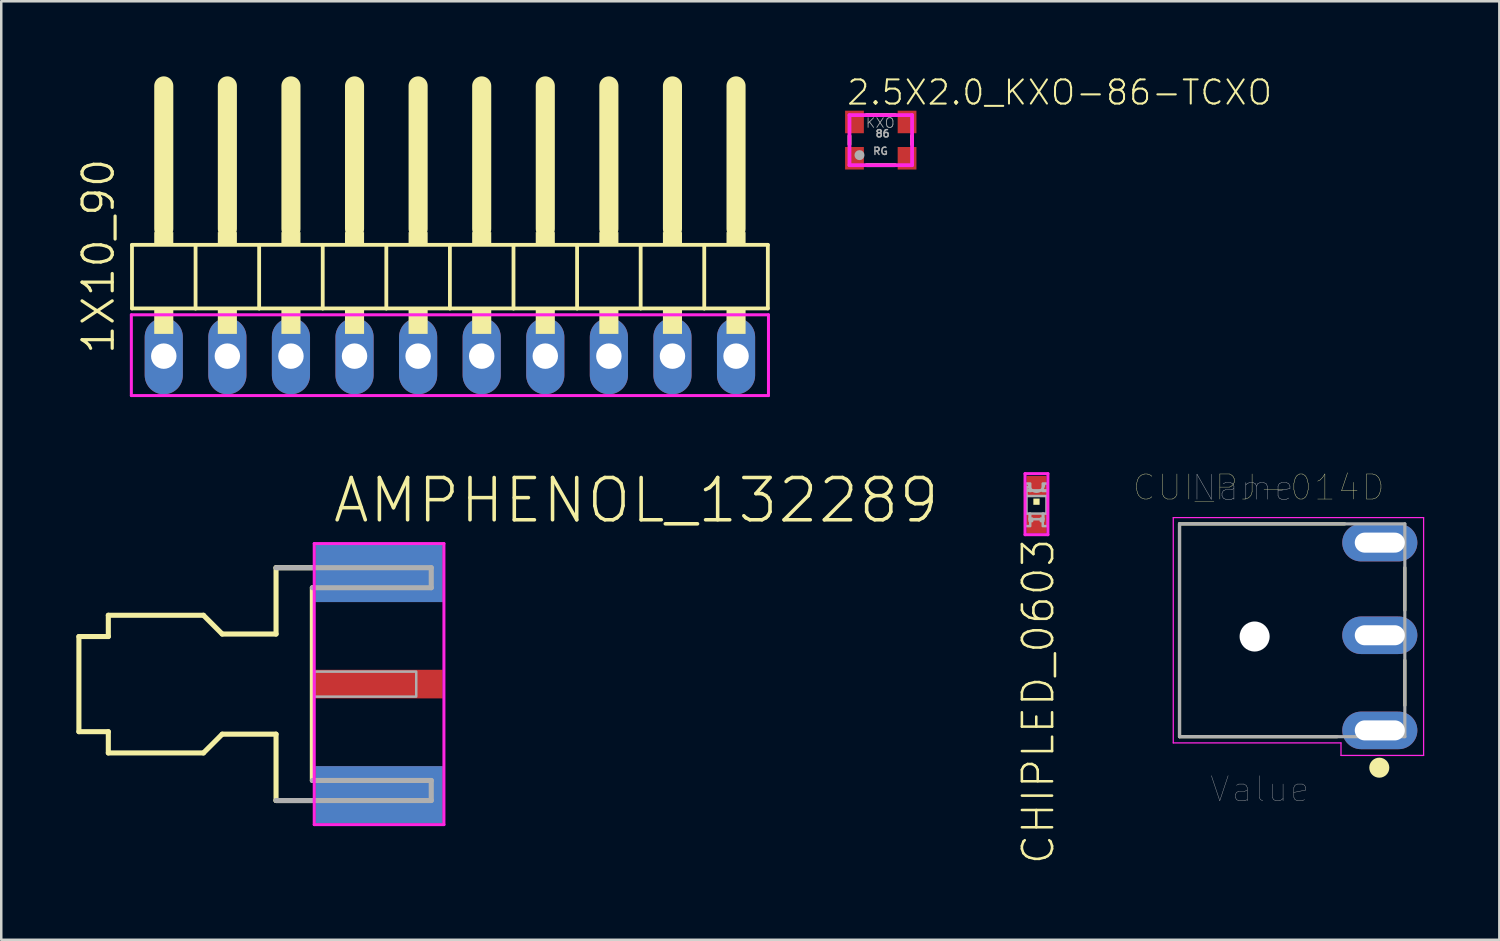
<source format=kicad_pcb>
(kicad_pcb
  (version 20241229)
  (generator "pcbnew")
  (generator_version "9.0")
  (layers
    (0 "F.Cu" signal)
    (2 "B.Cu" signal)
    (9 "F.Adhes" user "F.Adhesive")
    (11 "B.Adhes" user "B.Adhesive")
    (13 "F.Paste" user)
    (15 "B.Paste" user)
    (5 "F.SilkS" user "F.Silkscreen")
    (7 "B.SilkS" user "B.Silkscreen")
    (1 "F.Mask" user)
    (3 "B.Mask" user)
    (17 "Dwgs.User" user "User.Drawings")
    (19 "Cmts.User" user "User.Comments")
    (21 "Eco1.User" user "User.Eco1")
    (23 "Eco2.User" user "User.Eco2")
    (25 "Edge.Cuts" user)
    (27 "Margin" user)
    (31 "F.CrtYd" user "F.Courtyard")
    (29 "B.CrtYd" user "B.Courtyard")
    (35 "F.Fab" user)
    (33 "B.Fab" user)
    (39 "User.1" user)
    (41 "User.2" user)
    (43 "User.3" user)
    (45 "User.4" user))
  (footprint "CHIPLED_0603"
    (layer "F.Cu")
    (at 38.353 17.115)
    (property "Reference" "CHIPLED_0603" (at -0.635 1.27 90) (layer "F.SilkS") (effects (font (size 1.206 1.206) (thickness 0.102)) (justify right top)))
    (attr through_hole)
    (fp_poly (pts (xy -0.125 0) (xy 0.125 0) (xy 0.125 -0.25) (xy -0.125 -0.25)) (stroke (width 0) (type solid)) (fill yes) (layer "F.SilkS"))
    (fp_line (start -0.457 -1.245) (end 0.457 -1.245) (stroke (width 0.12) (type solid)) (layer "F.CrtYd"))
    (fp_line (start -0.457 1.194) (end -0.457 -1.245) (stroke (width 0.12) (type solid)) (layer "F.CrtYd"))
    (fp_line (start 0.457 -1.245) (end 0.457 1.194) (stroke (width 0.12) (type solid)) (layer "F.CrtYd"))
    (fp_line (start 0.457 1.194) (end -0.457 1.194) (stroke (width 0.12) (type solid)) (layer "F.CrtYd"))
    (fp_line (start -0.4 -0.375) (end -0.4 0.35) (stroke (width 0.102) (type solid)) (layer "F.Fab"))
    (fp_line (start 0.4 -0.35) (end 0.4 0.35) (stroke (width 0.102) (type solid)) (layer "F.Fab"))
    (fp_arc (start -0.275 0.825) (mid 0 0.55) (end 0.275 0.825) (stroke (width 0.0508) (type solid)) (layer "F.Fab"))
    (fp_arc (start 0.3 -0.799998) (mid -0.000001 -0.524966) (end -0.3 -0.8) (stroke (width 0.1016) (type solid)) (layer "F.Fab"))
    (fp_circle (center -0.35 -0.625) (end -0.275 -0.625) (stroke (width 0.051) (type solid)) (fill no) (layer "F.Fab"))
    (fp_poly (pts (xy -0.45 -0.7) (xy -0.25 -0.7) (xy -0.25 -0.85) (xy -0.45 -0.85)) (stroke (width 0.1) (type solid)) (fill no) (layer "F.Fab"))
    (fp_poly (pts (xy -0.45 -0.35) (xy -0.4 -0.35) (xy -0.4 -0.725) (xy -0.45 -0.725)) (stroke (width 0.1) (type solid)) (fill no) (layer "F.Fab"))
    (fp_poly (pts (xy -0.45 -0.35) (xy 0.45 -0.35) (xy 0.45 -0.575) (xy -0.45 -0.575)) (stroke (width 0.1) (type solid)) (fill no) (layer "F.Fab"))
    (fp_poly (pts (xy -0.45 0.85) (xy -0.25 0.85) (xy -0.25 0.35) (xy -0.45 0.35)) (stroke (width 0.1) (type solid)) (fill no) (layer "F.Fab"))
    (fp_poly (pts (xy -0.275 -0.55) (xy -0.225 -0.55) (xy -0.225 -0.6) (xy -0.275 -0.6)) (stroke (width 0.1) (type solid)) (fill no) (layer "F.Fab"))
    (fp_poly (pts (xy -0.275 0.575) (xy 0.275 0.575) (xy 0.275 0.35) (xy -0.275 0.35)) (stroke (width 0.1) (type solid)) (fill no) (layer "F.Fab"))
    (fp_poly (pts (xy -0.275 0.65) (xy -0.175 0.65) (xy -0.175 0.55) (xy -0.275 0.55)) (stroke (width 0.1) (type solid)) (fill no) (layer "F.Fab"))
    (fp_poly (pts (xy 0.175 0.65) (xy 0.275 0.65) (xy 0.275 0.55) (xy 0.175 0.55)) (stroke (width 0.1) (type solid)) (fill no) (layer "F.Fab"))
    (fp_poly (pts (xy 0.25 -0.55) (xy 0.45 -0.55) (xy 0.45 -0.85) (xy 0.25 -0.85)) (stroke (width 0.1) (type solid)) (fill no) (layer "F.Fab"))
    (fp_poly (pts (xy 0.25 0.85) (xy 0.45 0.85) (xy 0.45 0.35) (xy 0.25 0.35)) (stroke (width 0.1) (type solid)) (fill no) (layer "F.Fab"))
    (pad "A" smd rect (at 0 0.75) (size 0.8 0.8) (layers "F.Cu" "F.Mask" "F.Paste"))
    (pad "C" smd rect (at 0 -0.75) (size 0.8 0.8) (layers "F.Cu" "F.Mask" "F.Paste")))
  (footprint "CUI_PJ-014D"
    (layer "F.Cu")
    (at 52.067 26.126)
    (property "Reference" "CUI_PJ-014D" (at -4.839 -9.704 0) (layer "F.SilkS") (effects (font (size 1.001 1.001) (thickness 0.015))))
    (attr through_hole)
    (fp_line (start -8 -8.25) (end -8 0.25) (stroke (width 0.127) (type solid)) (layer "F.SilkS"))
    (fp_line (start -8 0.25) (end -1.7 0.25) (stroke (width 0.127) (type solid)) (layer "F.SilkS"))
    (fp_line (start -1.4 -8.25) (end -8 -8.25) (stroke (width 0.127) (type solid)) (layer "F.SilkS"))
    (fp_line (start 1 -6.5) (end 1 -4.8) (stroke (width 0.127) (type solid)) (layer "F.SilkS"))
    (fp_line (start 1 -2.8) (end 1 -1) (stroke (width 0.127) (type solid)) (layer "F.SilkS"))
    (fp_circle (center -0.02 1.49) (end 0.18 1.49) (stroke (width 0.4) (type solid)) (fill no) (layer "F.SilkS"))
    (fp_line (start -8.25 -8.5) (end -8.25 0.5) (stroke (width 0.05) (type solid)) (layer "F.CrtYd"))
    (fp_line (start -8.25 0.5) (end -1.55 0.5) (stroke (width 0.05) (type solid)) (layer "F.CrtYd"))
    (fp_line (start -1.55 0.5) (end -1.55 1) (stroke (width 0.05) (type solid)) (layer "F.CrtYd"))
    (fp_line (start -1.55 1) (end 1.75 1) (stroke (width 0.05) (type solid)) (layer "F.CrtYd"))
    (fp_line (start 1.75 -8.5) (end -8.25 -8.5) (stroke (width 0.05) (type solid)) (layer "F.CrtYd"))
    (fp_line (start 1.75 1) (end 1.75 -8.5) (stroke (width 0.05) (type solid)) (layer "F.CrtYd"))
    (fp_line (start -8 -8.25) (end -8 0.25) (stroke (width 0.127) (type solid)) (layer "F.Fab"))
    (fp_line (start -8 0.25) (end 1 0.25) (stroke (width 0.127) (type solid)) (layer "F.Fab"))
    (fp_line (start 1 -8.25) (end -8 -8.25) (stroke (width 0.127) (type solid)) (layer "F.Fab"))
    (fp_line (start 1 0.25) (end 1 -8.25) (stroke (width 0.127) (type solid)) (layer "F.Fab"))
    (fp_text user "Name" (at -5.47 -9.695 0) (layer "Dwgs.User") (effects (font (size 1 1) (thickness 0.015))))
    (fp_text user "Value" (at -4.794 2.349 0) (layer "F.Fab") (effects (font (size 1.002 1.002) (thickness 0.015))))
    (pad "" np_thru_hole circle (at -5 -3.75) (size 1.2 1.2) (drill 1.2) (layers "*.Cu" "*.Mask"))
    (pad "1" thru_hole oval (at 0 0) (size 3 1.5) (drill oval 2 0.8) (layers "*.Cu" "*.Mask"))
    (pad "2" thru_hole oval (at 0 -7.5) (size 3 1.5) (drill oval 2 0.8) (layers "*.Cu" "*.Mask"))
    (pad "3" thru_hole oval (at 0 -3.8) (size 3 1.5) (drill oval 2 0.8) (layers "*.Cu" "*.Mask")))
  (footprint "2.5X2.0_KXO-86-TCXO"
    (layer "F.Cu")
    (at 32.133 2.547)
    (property "Reference" "2.5X2.0_KXO-86-TCXO" (at -1.411 -1.338 0) (layer "F.SilkS") (effects (font (size 0.965 0.965) (thickness 0.081)) (justify left bottom)))
    (attr smd)
    (fp_line (start -1.25 0.17) (end -1.25 -0.17) (stroke (width 0.152) (type solid)) (layer "F.SilkS"))
    (fp_line (start -0.57 -1) (end 0.57 -1) (stroke (width 0.152) (type solid)) (layer "F.SilkS"))
    (fp_line (start -0.57 1) (end 0.57 1) (stroke (width 0.152) (type solid)) (layer "F.SilkS"))
    (fp_line (start 1.25 0.17) (end 1.25 -0.17) (stroke (width 0.152) (type solid)) (layer "F.SilkS"))
    (fp_line (start -1.25 -1) (end -1.25 1) (stroke (width 0.152) (type solid)) (layer "F.CrtYd"))
    (fp_line (start -1.25 1) (end 1.25 1) (stroke (width 0.152) (type solid)) (layer "F.CrtYd"))
    (fp_line (start 1.25 -1) (end -1.25 -1) (stroke (width 0.152) (type solid)) (layer "F.CrtYd"))
    (fp_line (start 1.25 1) (end 1.25 -1) (stroke (width 0.152) (type solid)) (layer "F.CrtYd"))
    (fp_circle (center -0.85 0.6) (end -0.75 0.6) (stroke (width 0.2) (type solid)) (fill no) (layer "F.Fab"))
    (fp_text user "KXO" (at -0.62 -0.46 0) (layer "F.Fab") (effects (font (size 0.386 0.386) (thickness 0.033)) (justify left bottom)))
    (fp_text user "RG" (at -0.34 0.61 0) (layer "F.Fab") (effects (font (size 0.29 0.29) (thickness 0.058)) (justify left bottom)))
    (fp_text user "86" (at -0.24 -0.09 0) (layer "F.Fab") (effects (font (size 0.29 0.29) (thickness 0.058)) (justify left bottom)))
    (pad "1" smd rect (at -1.05 0.725) (size 0.75 0.9) (layers "F.Cu" "F.Mask" "F.Paste"))
    (pad "2" smd rect (at 1.05 0.725) (size 0.75 0.9) (layers "F.Cu" "F.Mask" "F.Paste"))
    (pad "3" smd rect (at 1.05 -0.725) (size 0.75 0.9) (layers "F.Cu" "F.Mask" "F.Paste"))
    (pad "4" smd rect (at -1.05 -0.725) (size 0.75 0.9) (layers "F.Cu" "F.Mask" "F.Paste")))
  (footprint "1X10_90"
    (layer "F.Cu")
    (at 14.922 7.366)
    (property "Reference" "1X10_90" (at -13.335 3.81 90) (layer "F.SilkS") (effects (font (size 1.206 1.206) (thickness 0.127)) (justify left bottom)))
    (attr through_hole)
    (fp_line (start -12.7 -0.635) (end -12.7 1.905) (stroke (width 0.152) (type solid)) (layer "F.SilkS"))
    (fp_line (start -12.7 1.905) (end -10.16 1.905) (stroke (width 0.152) (type solid)) (layer "F.SilkS"))
    (fp_line (start -11.43 -6.985) (end -11.43 -1.27) (stroke (width 0.762) (type solid)) (layer "F.SilkS"))
    (fp_line (start -10.16 -0.635) (end -12.7 -0.635) (stroke (width 0.152) (type solid)) (layer "F.SilkS"))
    (fp_line (start -10.16 1.905) (end -10.16 -0.635) (stroke (width 0.152) (type solid)) (layer "F.SilkS"))
    (fp_line (start -10.16 1.905) (end -7.62 1.905) (stroke (width 0.152) (type solid)) (layer "F.SilkS"))
    (fp_line (start -8.89 -6.985) (end -8.89 -1.27) (stroke (width 0.762) (type solid)) (layer "F.SilkS"))
    (fp_line (start -7.62 -0.635) (end -10.16 -0.635) (stroke (width 0.152) (type solid)) (layer "F.SilkS"))
    (fp_line (start -7.62 1.905) (end -7.62 -0.635) (stroke (width 0.152) (type solid)) (layer "F.SilkS"))
    (fp_line (start -7.62 1.905) (end -5.08 1.905) (stroke (width 0.152) (type solid)) (layer "F.SilkS"))
    (fp_line (start -6.35 -6.985) (end -6.35 -1.27) (stroke (width 0.762) (type solid)) (layer "F.SilkS"))
    (fp_line (start -5.08 -0.635) (end -7.62 -0.635) (stroke (width 0.152) (type solid)) (layer "F.SilkS"))
    (fp_line (start -5.08 1.905) (end -5.08 -0.635) (stroke (width 0.152) (type solid)) (layer "F.SilkS"))
    (fp_line (start -5.08 1.905) (end -2.54 1.905) (stroke (width 0.152) (type solid)) (layer "F.SilkS"))
    (fp_line (start -3.81 -6.985) (end -3.81 -1.27) (stroke (width 0.762) (type solid)) (layer "F.SilkS"))
    (fp_line (start -2.54 -0.635) (end -5.08 -0.635) (stroke (width 0.152) (type solid)) (layer "F.SilkS"))
    (fp_line (start -2.54 1.905) (end -2.54 -0.635) (stroke (width 0.152) (type solid)) (layer "F.SilkS"))
    (fp_line (start -2.54 1.905) (end 0 1.905) (stroke (width 0.152) (type solid)) (layer "F.SilkS"))
    (fp_line (start -1.27 -6.985) (end -1.27 -1.27) (stroke (width 0.762) (type solid)) (layer "F.SilkS"))
    (fp_line (start 0 -0.635) (end -2.54 -0.635) (stroke (width 0.152) (type solid)) (layer "F.SilkS"))
    (fp_line (start 0 1.905) (end 0 -0.635) (stroke (width 0.152) (type solid)) (layer "F.SilkS"))
    (fp_line (start 0 1.905) (end 2.54 1.905) (stroke (width 0.152) (type solid)) (layer "F.SilkS"))
    (fp_line (start 1.27 -6.985) (end 1.27 -1.27) (stroke (width 0.762) (type solid)) (layer "F.SilkS"))
    (fp_line (start 2.54 -0.635) (end 0 -0.635) (stroke (width 0.152) (type solid)) (layer "F.SilkS"))
    (fp_line (start 2.54 1.905) (end 2.54 -0.635) (stroke (width 0.152) (type solid)) (layer "F.SilkS"))
    (fp_line (start 2.54 1.905) (end 5.08 1.905) (stroke (width 0.152) (type solid)) (layer "F.SilkS"))
    (fp_line (start 3.81 -6.985) (end 3.81 -1.27) (stroke (width 0.762) (type solid)) (layer "F.SilkS"))
    (fp_line (start 5.08 -0.635) (end 2.54 -0.635) (stroke (width 0.152) (type solid)) (layer "F.SilkS"))
    (fp_line (start 5.08 1.905) (end 5.08 -0.635) (stroke (width 0.152) (type solid)) (layer "F.SilkS"))
    (fp_line (start 5.08 1.905) (end 7.62 1.905) (stroke (width 0.152) (type solid)) (layer "F.SilkS"))
    (fp_line (start 6.35 -6.985) (end 6.35 -1.27) (stroke (width 0.762) (type solid)) (layer "F.SilkS"))
    (fp_line (start 7.62 -0.635) (end 5.08 -0.635) (stroke (width 0.152) (type solid)) (layer "F.SilkS"))
    (fp_line (start 7.62 1.905) (end 7.62 -0.635) (stroke (width 0.152) (type solid)) (layer "F.SilkS"))
    (fp_line (start 7.62 1.905) (end 10.16 1.905) (stroke (width 0.152) (type solid)) (layer "F.SilkS"))
    (fp_line (start 8.89 -6.985) (end 8.89 -1.27) (stroke (width 0.762) (type solid)) (layer "F.SilkS"))
    (fp_line (start 10.16 -0.635) (end 7.62 -0.635) (stroke (width 0.152) (type solid)) (layer "F.SilkS"))
    (fp_line (start 10.16 1.905) (end 10.16 -0.635) (stroke (width 0.152) (type solid)) (layer "F.SilkS"))
    (fp_line (start 10.16 1.905) (end 12.7 1.905) (stroke (width 0.152) (type solid)) (layer "F.SilkS"))
    (fp_line (start 11.43 -6.985) (end 11.43 -1.27) (stroke (width 0.762) (type solid)) (layer "F.SilkS"))
    (fp_line (start 12.7 -0.635) (end 10.16 -0.635) (stroke (width 0.152) (type solid)) (layer "F.SilkS"))
    (fp_line (start 12.7 1.905) (end 12.7 -0.635) (stroke (width 0.152) (type solid)) (layer "F.SilkS"))
    (fp_poly (pts (xy -11.811 -0.635) (xy -11.049 -0.635) (xy -11.049 -1.143) (xy -11.811 -1.143)) (stroke (width 0) (type solid)) (fill yes) (layer "F.SilkS"))
    (fp_poly (pts (xy -11.811 2.921) (xy -11.049 2.921) (xy -11.049 1.905) (xy -11.811 1.905)) (stroke (width 0) (type solid)) (fill yes) (layer "F.SilkS"))
    (fp_poly (pts (xy -9.271 -0.635) (xy -8.509 -0.635) (xy -8.509 -1.143) (xy -9.271 -1.143)) (stroke (width 0) (type solid)) (fill yes) (layer "F.SilkS"))
    (fp_poly (pts (xy -9.271 2.921) (xy -8.509 2.921) (xy -8.509 1.905) (xy -9.271 1.905)) (stroke (width 0) (type solid)) (fill yes) (layer "F.SilkS"))
    (fp_poly (pts (xy -6.731 -0.635) (xy -5.969 -0.635) (xy -5.969 -1.143) (xy -6.731 -1.143)) (stroke (width 0) (type solid)) (fill yes) (layer "F.SilkS"))
    (fp_poly (pts (xy -6.731 2.921) (xy -5.969 2.921) (xy -5.969 1.905) (xy -6.731 1.905)) (stroke (width 0) (type solid)) (fill yes) (layer "F.SilkS"))
    (fp_poly (pts (xy -4.191 -0.635) (xy -3.429 -0.635) (xy -3.429 -1.143) (xy -4.191 -1.143)) (stroke (width 0) (type solid)) (fill yes) (layer "F.SilkS"))
    (fp_poly (pts (xy -4.191 2.921) (xy -3.429 2.921) (xy -3.429 1.905) (xy -4.191 1.905)) (stroke (width 0) (type solid)) (fill yes) (layer "F.SilkS"))
    (fp_poly (pts (xy -1.651 -0.635) (xy -0.889 -0.635) (xy -0.889 -1.143) (xy -1.651 -1.143)) (stroke (width 0) (type solid)) (fill yes) (layer "F.SilkS"))
    (fp_poly (pts (xy -1.651 2.921) (xy -0.889 2.921) (xy -0.889 1.905) (xy -1.651 1.905)) (stroke (width 0) (type solid)) (fill yes) (layer "F.SilkS"))
    (fp_poly (pts (xy 0.889 -0.635) (xy 1.651 -0.635) (xy 1.651 -1.143) (xy 0.889 -1.143)) (stroke (width 0) (type solid)) (fill yes) (layer "F.SilkS"))
    (fp_poly (pts (xy 0.889 2.921) (xy 1.651 2.921) (xy 1.651 1.905) (xy 0.889 1.905)) (stroke (width 0) (type solid)) (fill yes) (layer "F.SilkS"))
    (fp_poly (pts (xy 3.429 -0.635) (xy 4.191 -0.635) (xy 4.191 -1.143) (xy 3.429 -1.143)) (stroke (width 0) (type solid)) (fill yes) (layer "F.SilkS"))
    (fp_poly (pts (xy 3.429 2.921) (xy 4.191 2.921) (xy 4.191 1.905) (xy 3.429 1.905)) (stroke (width 0) (type solid)) (fill yes) (layer "F.SilkS"))
    (fp_poly (pts (xy 5.969 -0.635) (xy 6.731 -0.635) (xy 6.731 -1.143) (xy 5.969 -1.143)) (stroke (width 0) (type solid)) (fill yes) (layer "F.SilkS"))
    (fp_poly (pts (xy 5.969 2.921) (xy 6.731 2.921) (xy 6.731 1.905) (xy 5.969 1.905)) (stroke (width 0) (type solid)) (fill yes) (layer "F.SilkS"))
    (fp_poly (pts (xy 8.509 -0.635) (xy 9.271 -0.635) (xy 9.271 -1.143) (xy 8.509 -1.143)) (stroke (width 0) (type solid)) (fill yes) (layer "F.SilkS"))
    (fp_poly (pts (xy 8.509 2.921) (xy 9.271 2.921) (xy 9.271 1.905) (xy 8.509 1.905)) (stroke (width 0) (type solid)) (fill yes) (layer "F.SilkS"))
    (fp_poly (pts (xy 11.049 -0.635) (xy 11.811 -0.635) (xy 11.811 -1.143) (xy 11.049 -1.143)) (stroke (width 0) (type solid)) (fill yes) (layer "F.SilkS"))
    (fp_poly (pts (xy 11.049 2.921) (xy 11.811 2.921) (xy 11.811 1.905) (xy 11.049 1.905)) (stroke (width 0) (type solid)) (fill yes) (layer "F.SilkS"))
    (fp_line (start -12.725 2.159) (end 12.725 2.159) (stroke (width 0.12) (type solid)) (layer "F.CrtYd"))
    (fp_line (start -12.725 5.385) (end -12.725 2.159) (stroke (width 0.12) (type solid)) (layer "F.CrtYd"))
    (fp_line (start 12.725 2.159) (end 12.725 5.385) (stroke (width 0.12) (type solid)) (layer "F.CrtYd"))
    (fp_line (start 12.725 5.385) (end -12.725 5.385) (stroke (width 0.12) (type solid)) (layer "F.CrtYd"))
    (pad "1" thru_hole oval (at -11.43 3.81 90) (size 3.048 1.524) (drill 1.016) (layers "*.Cu" "*.Mask"))
    (pad "2" thru_hole oval (at -8.89 3.81 90) (size 3.048 1.524) (drill 1.016) (layers "*.Cu" "*.Mask"))
    (pad "3" thru_hole oval (at -6.35 3.81 90) (size 3.048 1.524) (drill 1.016) (layers "*.Cu" "*.Mask"))
    (pad "4" thru_hole oval (at -3.81 3.81 90) (size 3.048 1.524) (drill 1.016) (layers "*.Cu" "*.Mask"))
    (pad "5" thru_hole oval (at -1.27 3.81 90) (size 3.048 1.524) (drill 1.016) (layers "*.Cu" "*.Mask"))
    (pad "6" thru_hole oval (at 1.27 3.81 90) (size 3.048 1.524) (drill 1.016) (layers "*.Cu" "*.Mask"))
    (pad "7" thru_hole oval (at 3.81 3.81 90) (size 3.048 1.524) (drill 1.016) (layers "*.Cu" "*.Mask"))
    (pad "8" thru_hole oval (at 6.35 3.81 90) (size 3.048 1.524) (drill 1.016) (layers "*.Cu" "*.Mask"))
    (pad "9" thru_hole oval (at 8.89 3.81 90) (size 3.048 1.524) (drill 1.016) (layers "*.Cu" "*.Mask"))
    (pad "10" thru_hole oval (at 11.43 3.81 90) (size 3.048 1.524) (drill 1.016) (layers "*.Cu" "*.Mask")))
  (footprint "AMPHENOL_132289"
    (layer "F.Cu")
    (at 9.527 24.277)
    (property "Reference" "AMPHENOL_132289" (at 0.635 -6.35 0) (layer "F.SilkS") (effects (font (size 1.689 1.689) (thickness 0.142)) (justify left bottom)))
    (attr through_hole)
    (fp_line (start -9.425 -1.9) (end -8.25 -1.9) (stroke (width 0.203) (type solid)) (layer "F.SilkS"))
    (fp_line (start -9.425 1.9) (end -9.425 -1.9) (stroke (width 0.203) (type solid)) (layer "F.SilkS"))
    (fp_line (start -8.25 -2.75) (end -4.45 -2.75) (stroke (width 0.203) (type solid)) (layer "F.SilkS"))
    (fp_line (start -8.25 -1.9) (end -8.25 -2.75) (stroke (width 0.203) (type solid)) (layer "F.SilkS"))
    (fp_line (start -8.25 1.9) (end -9.425 1.9) (stroke (width 0.203) (type solid)) (layer "F.SilkS"))
    (fp_line (start -8.25 2.75) (end -8.25 1.9) (stroke (width 0.203) (type solid)) (layer "F.SilkS"))
    (fp_line (start -4.45 -2.75) (end -3.7 -2) (stroke (width 0.203) (type solid)) (layer "F.SilkS"))
    (fp_line (start -4.45 2.75) (end -8.25 2.75) (stroke (width 0.203) (type solid)) (layer "F.SilkS"))
    (fp_line (start -3.7 -2) (end -1.55 -2) (stroke (width 0.203) (type solid)) (layer "F.SilkS"))
    (fp_line (start -3.7 2) (end -4.45 2.75) (stroke (width 0.203) (type solid)) (layer "F.SilkS"))
    (fp_line (start -1.55 -4.65) (end -0.1 -4.65) (stroke (width 0.203) (type solid)) (layer "F.SilkS"))
    (fp_line (start -1.55 -2) (end -1.55 -4.65) (stroke (width 0.203) (type solid)) (layer "F.SilkS"))
    (fp_line (start -1.55 2) (end -3.7 2) (stroke (width 0.203) (type solid)) (layer "F.SilkS"))
    (fp_line (start -1.55 4.65) (end -1.55 2) (stroke (width 0.203) (type solid)) (layer "F.SilkS"))
    (fp_line (start -0.1 3.85) (end -0.1 -3.85) (stroke (width 0.203) (type solid)) (layer "F.SilkS"))
    (fp_line (start -0.1 4.65) (end -1.55 4.65) (stroke (width 0.203) (type solid)) (layer "F.SilkS"))
    (fp_line (start -0.025 -5.613) (end 5.156 -5.613) (stroke (width 0.12) (type solid)) (layer "F.CrtYd"))
    (fp_line (start -0.025 5.613) (end -0.025 -5.613) (stroke (width 0.12) (type solid)) (layer "F.CrtYd"))
    (fp_line (start 5.156 -5.613) (end 5.156 5.613) (stroke (width 0.12) (type solid)) (layer "F.CrtYd"))
    (fp_line (start 5.156 5.613) (end -0.025 5.613) (stroke (width 0.12) (type solid)) (layer "F.CrtYd"))
    (fp_line (start -1.55 -4.65) (end 4.65 -4.65) (stroke (width 0.203) (type solid)) (layer "F.Fab"))
    (fp_line (start -0.1 -3.85) (end 4.65 -3.85) (stroke (width 0.203) (type solid)) (layer "F.Fab"))
    (fp_line (start 4.65 -3.85) (end 4.65 -4.65) (stroke (width 0.203) (type solid)) (layer "F.Fab"))
    (fp_line (start 4.65 3.85) (end -0.1 3.85) (stroke (width 0.203) (type solid)) (layer "F.Fab"))
    (fp_line (start 4.65 4.65) (end -1.55 4.65) (stroke (width 0.203) (type solid)) (layer "F.Fab"))
    (fp_line (start 4.65 4.65) (end 4.65 3.85) (stroke (width 0.203) (type solid)) (layer "F.Fab"))
    (fp_poly (pts (xy -0.025 0.5) (xy 4.05 0.5) (xy 4.05 -0.5) (xy -0.025 -0.5)) (stroke (width 0.1) (type solid)) (fill no) (layer "F.Fab"))
    (pad "1" smd rect (at 2.565 0) (size 5.08 1.143) (layers "F.Cu" "F.Mask" "F.Paste"))
    (pad "G@1" smd rect (at 2.565 -4.42) (size 5.08 2.286) (layers "F.Cu" "F.Mask" "F.Paste"))
    (pad "G@2" smd rect (at 2.565 4.42) (size 5.08 2.286) (layers "F.Cu" "F.Mask" "F.Paste"))
    (pad "G@3" smd rect (at 2.565 -4.42) (size 5.08 2.286) (layers "B.Cu" "B.Mask" "B.Paste"))
    (pad "G@4" smd rect (at 2.565 4.42) (size 5.08 2.286) (layers "B.Cu" "B.Mask" "B.Paste")))
  (gr_rect
    (start -3 -3)
    (end 56.842 34.491)
    (stroke (width 0.1) (type default))
    (fill no)
    (layer "Edge.Cuts")))
</source>
